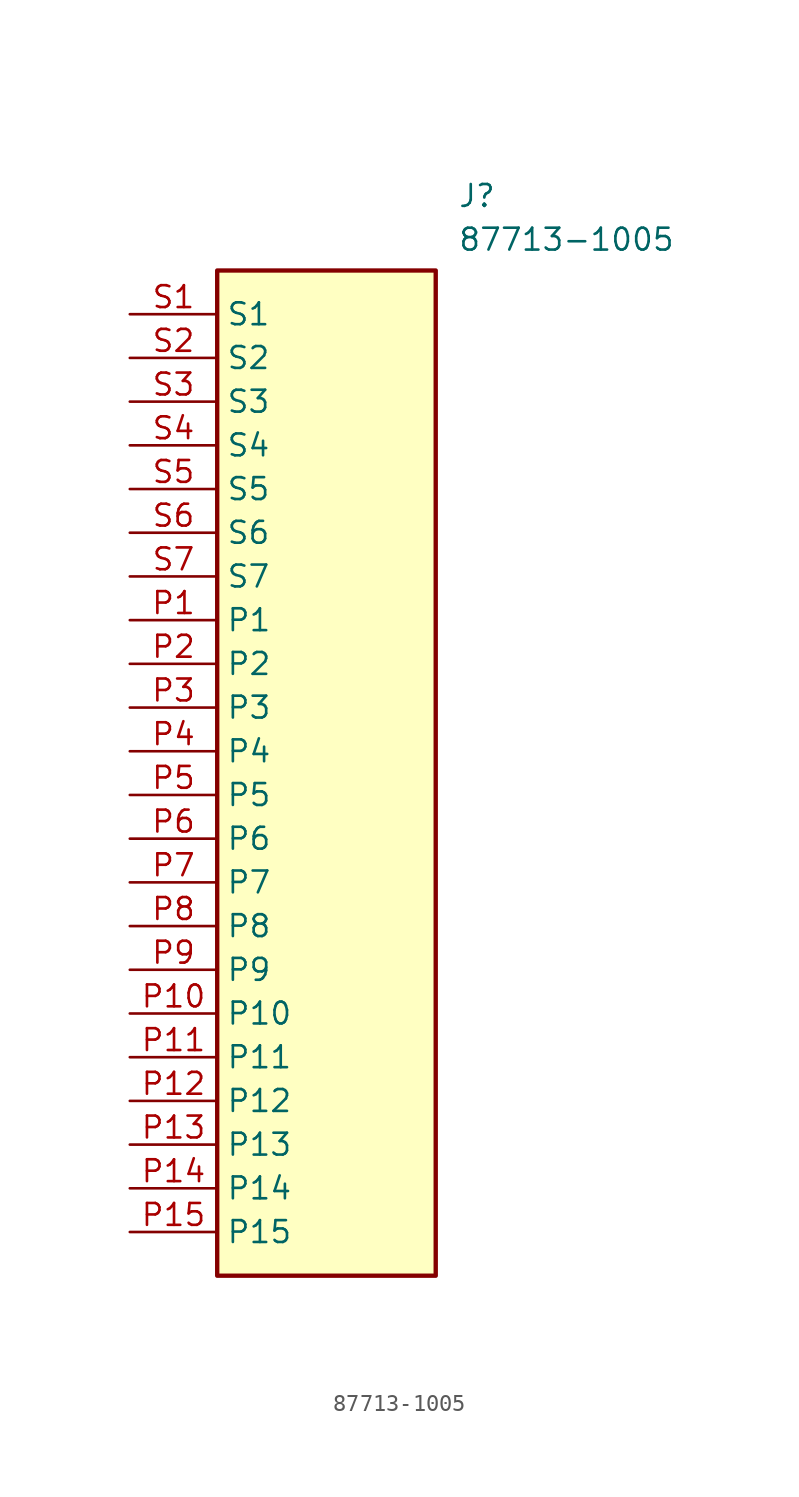
<source format=kicad_sym>
(kicad_symbol_lib
  (version 20211014)
  (generator SamacSys_ECAD_Model)
  (symbol "87713-1005"
    (property "Reference" "J"
      (at 19.05 7.62 0)
      (effects (font (size 1.27 1.27)) (justify left top)))
    (property "Value" "87713-1005"
      (at 19.05 5.08 0)
      (effects (font (size 1.27 1.27)) (justify left top)))
    (rectangle
      (start 5.08 2.54)
      (end 17.78 -55.88)
      (stroke (width 0.254) (type default))
      (fill (type background)))
    (pin passive line
      (at 0 -17.78 0)
      (length 5.08)
      (name "P1" (effects (font (size 1.27 1.27))))
      (number "P1" (effects (font (size 1.27 1.27)))))
    (pin passive line
      (at 0 -20.32 0)
      (length 5.08)
      (name "P2" (effects (font (size 1.27 1.27))))
      (number "P2" (effects (font (size 1.27 1.27)))))
    (pin passive line
      (at 0 -22.86 0)
      (length 5.08)
      (name "P3" (effects (font (size 1.27 1.27))))
      (number "P3" (effects (font (size 1.27 1.27)))))
    (pin passive line
      (at 0 -25.4 0)
      (length 5.08)
      (name "P4" (effects (font (size 1.27 1.27))))
      (number "P4" (effects (font (size 1.27 1.27)))))
    (pin passive line
      (at 0 -27.94 0)
      (length 5.08)
      (name "P5" (effects (font (size 1.27 1.27))))
      (number "P5" (effects (font (size 1.27 1.27)))))
    (pin passive line
      (at 0 -30.48 0)
      (length 5.08)
      (name "P6" (effects (font (size 1.27 1.27))))
      (number "P6" (effects (font (size 1.27 1.27)))))
    (pin passive line
      (at 0 -33.02 0)
      (length 5.08)
      (name "P7" (effects (font (size 1.27 1.27))))
      (number "P7" (effects (font (size 1.27 1.27)))))
    (pin passive line
      (at 0 -35.56 0)
      (length 5.08)
      (name "P8" (effects (font (size 1.27 1.27))))
      (number "P8" (effects (font (size 1.27 1.27)))))
    (pin passive line
      (at 0 -38.1 0)
      (length 5.08)
      (name "P9" (effects (font (size 1.27 1.27))))
      (number "P9" (effects (font (size 1.27 1.27)))))
    (pin passive line
      (at 0 -40.64 0)
      (length 5.08)
      (name "P10" (effects (font (size 1.27 1.27))))
      (number "P10" (effects (font (size 1.27 1.27)))))
    (pin passive line
      (at 0 -43.18 0)
      (length 5.08)
      (name "P11" (effects (font (size 1.27 1.27))))
      (number "P11" (effects (font (size 1.27 1.27)))))
    (pin passive line
      (at 0 -45.72 0)
      (length 5.08)
      (name "P12" (effects (font (size 1.27 1.27))))
      (number "P12" (effects (font (size 1.27 1.27)))))
    (pin passive line
      (at 0 -48.26 0)
      (length 5.08)
      (name "P13" (effects (font (size 1.27 1.27))))
      (number "P13" (effects (font (size 1.27 1.27)))))
    (pin passive line
      (at 0 -50.8 0)
      (length 5.08)
      (name "P14" (effects (font (size 1.27 1.27))))
      (number "P14" (effects (font (size 1.27 1.27)))))
    (pin passive line
      (at 0 -53.34 0)
      (length 5.08)
      (name "P15" (effects (font (size 1.27 1.27))))
      (number "P15" (effects (font (size 1.27 1.27)))))
    (pin passive line
      (at 0 0 0)
      (length 5.08)
      (name "S1" (effects (font (size 1.27 1.27))))
      (number "S1" (effects (font (size 1.27 1.27)))))
    (pin passive line
      (at 0 -2.54 0)
      (length 5.08)
      (name "S2" (effects (font (size 1.27 1.27))))
      (number "S2" (effects (font (size 1.27 1.27)))))
    (pin passive line
      (at 0 -5.08 0)
      (length 5.08)
      (name "S3" (effects (font (size 1.27 1.27))))
      (number "S3" (effects (font (size 1.27 1.27)))))
    (pin passive line
      (at 0 -7.62 0)
      (length 5.08)
      (name "S4" (effects (font (size 1.27 1.27))))
      (number "S4" (effects (font (size 1.27 1.27)))))
    (pin passive line
      (at 0 -10.16 0)
      (length 5.08)
      (name "S5" (effects (font (size 1.27 1.27))))
      (number "S5" (effects (font (size 1.27 1.27)))))
    (pin passive line
      (at 0 -12.7 0)
      (length 5.08)
      (name "S6" (effects (font (size 1.27 1.27))))
      (number "S6" (effects (font (size 1.27 1.27)))))
    (pin passive line
      (at 0 -15.24 0)
      (length 5.08)
      (name "S7" (effects (font (size 1.27 1.27))))
      (number "S7" (effects (font (size 1.27 1.27)))))))
</source>
